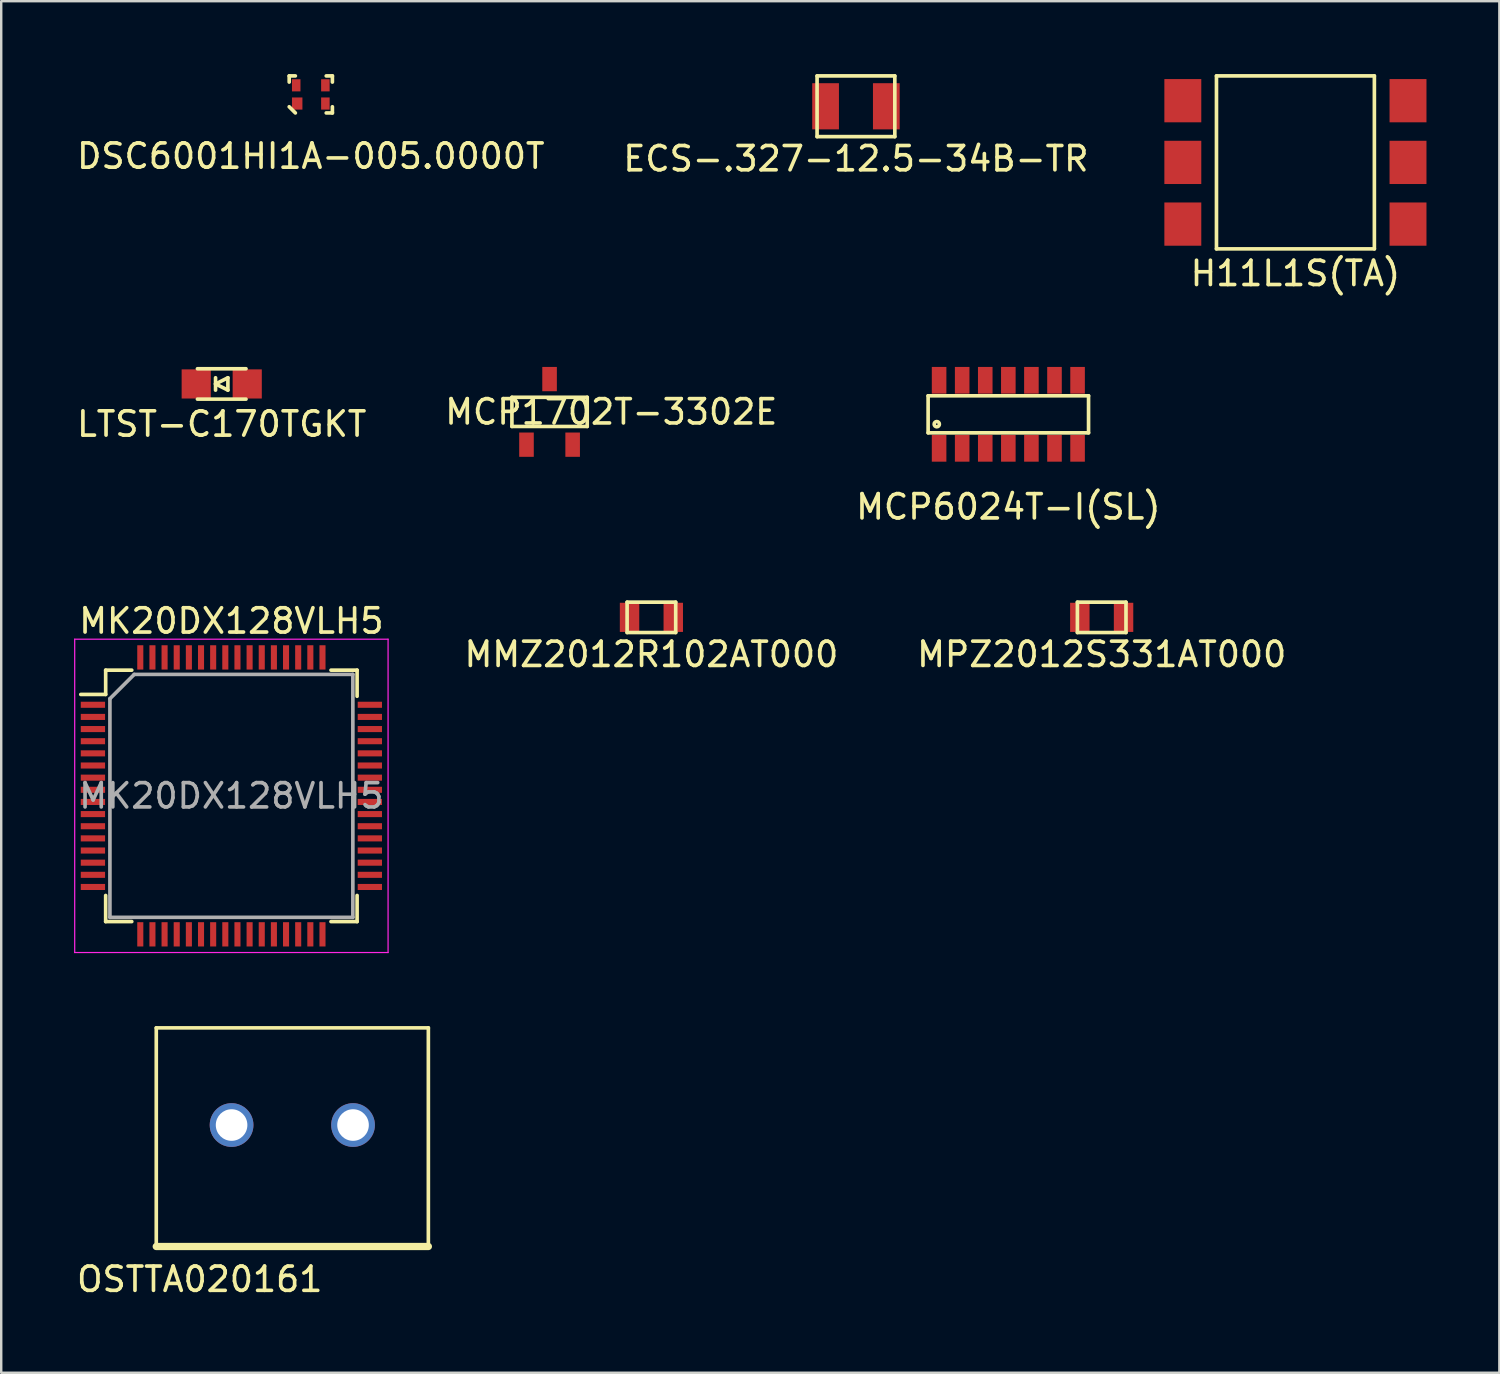
<source format=kicad_pcb>
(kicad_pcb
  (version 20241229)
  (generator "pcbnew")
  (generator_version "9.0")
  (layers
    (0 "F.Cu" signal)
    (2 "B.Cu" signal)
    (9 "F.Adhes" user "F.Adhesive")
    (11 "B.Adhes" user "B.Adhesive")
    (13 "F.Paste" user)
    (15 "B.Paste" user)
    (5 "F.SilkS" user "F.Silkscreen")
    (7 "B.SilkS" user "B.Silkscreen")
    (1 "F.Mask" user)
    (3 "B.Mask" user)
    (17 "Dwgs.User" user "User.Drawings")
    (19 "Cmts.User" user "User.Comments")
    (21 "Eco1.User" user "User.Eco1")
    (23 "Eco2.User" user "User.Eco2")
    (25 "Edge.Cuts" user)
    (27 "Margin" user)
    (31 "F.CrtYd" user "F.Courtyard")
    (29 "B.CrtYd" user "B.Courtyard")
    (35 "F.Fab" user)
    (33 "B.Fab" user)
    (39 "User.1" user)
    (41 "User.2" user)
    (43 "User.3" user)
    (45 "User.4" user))
  (footprint "MCP1702T-3302E"
    (placed yes)
    (layer "F.Cu")
    (at 19.573 13.905)
    (property "Reference" "MCP1702T-3302E" (at 2.54 0 0) (layer "F.SilkS") (effects (font (size 1 1) (thickness 0.15))))
    (attr through_hole)
    (fp_line (start -1.55 -0.6) (end 1.55 -0.6) (stroke (width 0.15) (type solid)) (layer "F.SilkS"))
    (fp_line (start -1.55 0.6) (end -1.55 -0.6) (stroke (width 0.15) (type solid)) (layer "F.SilkS"))
    (fp_line (start 1.55 -0.6) (end 1.55 0.6) (stroke (width 0.15) (type solid)) (layer "F.SilkS"))
    (fp_line (start 1.55 0.6) (end -1.55 0.6) (stroke (width 0.15) (type solid)) (layer "F.SilkS"))
    (pad "1" smd rect (at -0.95 1.35) (size 0.6 1) (layers "F.Cu" "F.Mask" "F.Paste"))
    (pad "2" smd rect (at 0.95 1.35) (size 0.6 1) (layers "F.Cu" "F.Mask" "F.Paste"))
    (pad "3" smd rect (at 0 -1.35) (size 0.6 1) (layers "F.Cu" "F.Mask" "F.Paste")))
  (footprint "MPZ2012S331AT000"
    (layer "F.Cu")
    (at 42.301 22.363)
    (property "Reference" "MPZ2012S331AT000" (at 0 1.524 0) (layer "F.SilkS") (effects (font (size 1 1) (thickness 0.15))))
    (attr through_hole)
    (fp_line (start -1 -0.625) (end 1 -0.625) (stroke (width 0.15) (type solid)) (layer "F.SilkS"))
    (fp_line (start -1 0.625) (end -1 -0.625) (stroke (width 0.15) (type solid)) (layer "F.SilkS"))
    (fp_line (start 1 -0.625) (end 1 0.625) (stroke (width 0.15) (type solid)) (layer "F.SilkS"))
    (fp_line (start 1 0.625) (end -1 0.625) (stroke (width 0.15) (type solid)) (layer "F.SilkS"))
    (pad "1" smd rect (at -0.9 0) (size 0.8 1.2) (layers "F.Cu" "F.Mask" "F.Paste"))
    (pad "2" smd rect (at 0.9 0) (size 0.8 1.2) (layers "F.Cu" "F.Mask" "F.Paste")))
  (footprint "MCP6024T-I(SL)"
    (layer "F.Cu")
    (at 38.458 14.005)
    (property "Reference" "MCP6024T-I(SL)" (at 0 3.81 0) (layer "F.SilkS") (effects (font (size 1 1) (thickness 0.15))))
    (attr through_hole)
    (fp_line (start -3.302 -0.762) (end 3.302 -0.762) (stroke (width 0.15) (type solid)) (layer "F.SilkS"))
    (fp_line (start -3.302 0.762) (end -3.302 -0.762) (stroke (width 0.15) (type solid)) (layer "F.SilkS"))
    (fp_line (start 3.302 -0.762) (end 3.302 0.762) (stroke (width 0.15) (type solid)) (layer "F.SilkS"))
    (fp_line (start 3.302 0.762) (end -3.302 0.762) (stroke (width 0.15) (type solid)) (layer "F.SilkS"))
    (fp_circle (center -2.946 0.406) (end -2.87 0.483) (stroke (width 0.15) (type solid)) (fill no) (layer "F.SilkS"))
    (pad "1" smd rect (at -2.85 1.4) (size 0.6 1.1) (layers "F.Cu" "F.Mask" "F.Paste"))
    (pad "2" smd rect (at -1.9 1.4) (size 0.6 1.1) (layers "F.Cu" "F.Mask" "F.Paste"))
    (pad "3" smd rect (at -0.95 1.4) (size 0.6 1.1) (layers "F.Cu" "F.Mask" "F.Paste"))
    (pad "4" smd rect (at 0 1.4) (size 0.6 1.1) (layers "F.Cu" "F.Mask" "F.Paste"))
    (pad "5" smd rect (at 0.95 1.4) (size 0.6 1.1) (layers "F.Cu" "F.Mask" "F.Paste"))
    (pad "6" smd rect (at 1.9 1.4) (size 0.6 1.1) (layers "F.Cu" "F.Mask" "F.Paste"))
    (pad "7" smd rect (at 2.85 1.4) (size 0.6 1.1) (layers "F.Cu" "F.Mask" "F.Paste"))
    (pad "8" smd rect (at 2.85 -1.4) (size 0.6 1.1) (layers "F.Cu" "F.Mask" "F.Paste"))
    (pad "9" smd rect (at 1.9 -1.4) (size 0.6 1.1) (layers "F.Cu" "F.Mask" "F.Paste"))
    (pad "10" smd rect (at 0.95 -1.4) (size 0.6 1.1) (layers "F.Cu" "F.Mask" "F.Paste"))
    (pad "11" smd rect (at 0 -1.4) (size 0.6 1.1) (layers "F.Cu" "F.Mask" "F.Paste"))
    (pad "12" smd rect (at -0.95 -1.4) (size 0.6 1.1) (layers "F.Cu" "F.Mask" "F.Paste"))
    (pad "13" smd rect (at -1.9 -1.4) (size 0.6 1.1) (layers "F.Cu" "F.Mask" "F.Paste"))
    (pad "14" smd rect (at -2.85 -1.4) (size 0.6 1.1) (layers "F.Cu" "F.Mask" "F.Paste")))
  (footprint "ECS-.327-12.5-34B-TR"
    (layer "F.Cu")
    (at 32.185 1.325)
    (property "Reference" "ECS-.327-12.5-34B-TR" (at 0 2.159 0) (layer "F.SilkS") (effects (font (size 1 1) (thickness 0.15))))
    (attr through_hole)
    (fp_line (start -1.6 -1.25) (end 1.6 -1.25) (stroke (width 0.15) (type solid)) (layer "F.SilkS"))
    (fp_line (start -1.6 1.25) (end -1.6 -1.25) (stroke (width 0.15) (type solid)) (layer "F.SilkS"))
    (fp_line (start 1.6 -1.25) (end 1.6 1.25) (stroke (width 0.15) (type solid)) (layer "F.SilkS"))
    (fp_line (start 1.6 1.25) (end -1.6 1.25) (stroke (width 0.15) (type solid)) (layer "F.SilkS"))
    (pad "1" smd rect (at -1.25 0) (size 1.1 1.9) (layers "F.Cu" "F.Mask" "F.Paste"))
    (pad "2" smd rect (at 1.25 0) (size 1.1 1.9) (layers "F.Cu" "F.Mask" "F.Paste")))
  (footprint "MMZ2012R102AT000"
    (layer "F.Cu")
    (at 23.765 22.363)
    (property "Reference" "MMZ2012R102AT000" (at 0 1.524 0) (layer "F.SilkS") (effects (font (size 1 1) (thickness 0.15))))
    (attr through_hole)
    (fp_line (start -1 -0.625) (end 1 -0.625) (stroke (width 0.15) (type solid)) (layer "F.SilkS"))
    (fp_line (start -1 0.625) (end -1 -0.625) (stroke (width 0.15) (type solid)) (layer "F.SilkS"))
    (fp_line (start 1 -0.625) (end 1 0.625) (stroke (width 0.15) (type solid)) (layer "F.SilkS"))
    (fp_line (start 1 0.625) (end -1 0.625) (stroke (width 0.15) (type solid)) (layer "F.SilkS"))
    (pad "1" smd rect (at -0.9 0) (size 0.8 1.2) (layers "F.Cu" "F.Mask" "F.Paste"))
    (pad "2" smd rect (at 0.9 0) (size 0.8 1.2) (layers "F.Cu" "F.Mask" "F.Paste")))
  (footprint "DSC6001HI1A-005.0000T"
    (layer "F.Cu")
    (at 9.744 0.837)
    (property "Reference" "DSC6001HI1A-005.0000T" (at 0 2.54 0) (layer "F.SilkS") (effects (font (size 1 1) (thickness 0.15))))
    (attr through_hole)
    (fp_line (start -0.889 -0.762) (end -0.635 -0.762) (stroke (width 0.15) (type solid)) (layer "F.SilkS"))
    (fp_line (start -0.889 -0.508) (end -0.889 -0.762) (stroke (width 0.15) (type solid)) (layer "F.SilkS"))
    (fp_line (start -0.635 0.762) (end -0.889 0.508) (stroke (width 0.15) (type solid)) (layer "F.SilkS"))
    (fp_line (start 0.635 0.762) (end 0.889 0.762) (stroke (width 0.15) (type solid)) (layer "F.SilkS"))
    (fp_line (start 0.889 -0.762) (end 0.635 -0.762) (stroke (width 0.15) (type solid)) (layer "F.SilkS"))
    (fp_line (start 0.889 -0.508) (end 0.889 -0.762) (stroke (width 0.15) (type solid)) (layer "F.SilkS"))
    (fp_line (start 0.889 0.762) (end 0.889 0.508) (stroke (width 0.15) (type solid)) (layer "F.SilkS"))
    (pad "1" smd rect (at -0.56 0.375) (size 0.43 0.5) (layers "F.Cu" "F.Mask" "F.Paste"))
    (pad "2" smd rect (at 0.6 0.375) (size 0.35 0.5) (layers "F.Cu" "F.Mask" "F.Paste"))
    (pad "3" smd rect (at 0.6 -0.375) (size 0.35 0.5) (layers "F.Cu" "F.Mask" "F.Paste"))
    (pad "4" smd rect (at -0.6 -0.375) (size 0.35 0.5) (layers "F.Cu" "F.Mask" "F.Paste")))
  (footprint "OSTTA020161"
    (layer "F.Cu")
    (at 8.983 43.262)
    (property "Reference" "OSTTA020161" (at -3.81 6.35 0) (layer "F.SilkS") (effects (font (size 1 1) (thickness 0.15))))
    (attr through_hole)
    (fp_line (start -5.6 -4) (end -5.6 5) (stroke (width 0.15) (type solid)) (layer "F.SilkS"))
    (fp_line (start -5.6 5) (end 5.6 5) (stroke (width 0.3) (type solid)) (layer "F.SilkS"))
    (fp_line (start 5.6 -4) (end -5.6 -4) (stroke (width 0.15) (type solid)) (layer "F.SilkS"))
    (fp_line (start 5.6 -4) (end 5.6 5) (stroke (width 0.15) (type solid)) (layer "F.SilkS"))
    (pad "1" thru_hole circle (at -2.5 0) (size 1.8 1.8) (drill 1.3) (layers "*.Cu" "*.Mask"))
    (pad "2" thru_hole circle (at 2.5 0) (size 1.8 1.8) (drill 1.3) (layers "*.Cu" "*.Mask")))
  (footprint "H11L1S(TA)"
    (layer "F.Cu")
    (at 50.276 3.635)
    (property "Reference" "H11L1S(TA)" (at 0 4.572 0) (layer "F.SilkS") (effects (font (size 1 1) (thickness 0.15))))
    (attr through_hole)
    (fp_line (start -3.25 -3.56) (end -3.25 3.56) (stroke (width 0.15) (type solid)) (layer "F.SilkS"))
    (fp_line (start -3.25 3.56) (end 3.25 3.56) (stroke (width 0.15) (type solid)) (layer "F.SilkS"))
    (fp_line (start 3.25 -3.56) (end -3.25 -3.56) (stroke (width 0.15) (type solid)) (layer "F.SilkS"))
    (fp_line (start 3.25 3.56) (end 3.25 -3.56) (stroke (width 0.15) (type solid)) (layer "F.SilkS"))
    (pad "1" smd rect (at -4.635 -2.54) (size 1.52 1.78) (layers "F.Cu" "F.Mask" "F.Paste"))
    (pad "2" smd rect (at -4.635 0) (size 1.52 1.78) (layers "F.Cu" "F.Mask" "F.Paste"))
    (pad "3" smd rect (at -4.635 2.54) (size 1.52 1.78) (layers "F.Cu" "F.Mask" "F.Paste"))
    (pad "4" smd rect (at 4.635 2.54) (size 1.52 1.78) (layers "F.Cu" "F.Mask" "F.Paste"))
    (pad "5" smd rect (at 4.635 0) (size 1.52 1.78) (layers "F.Cu" "F.Mask" "F.Paste"))
    (pad "6" smd rect (at 4.635 -2.54) (size 1.52 1.78) (layers "F.Cu" "F.Mask" "F.Paste")))
  (footprint "MK20DX128VLH5"
    (layer "F.Cu")
    (at 6.475 29.712)
    (property "Reference" "MK20DX128VLH5" (at 0 -7.2 0) (layer "F.SilkS") (effects (font (size 1 1) (thickness 0.15))))
    (attr smd)
    (fp_line (start -5.175 -5.175) (end -5.175 -4.175) (stroke (width 0.15) (type solid)) (layer "F.SilkS"))
    (fp_line (start -5.175 -5.175) (end -4.1 -5.175) (stroke (width 0.15) (type solid)) (layer "F.SilkS"))
    (fp_line (start -5.175 -4.175) (end -6.2 -4.175) (stroke (width 0.15) (type solid)) (layer "F.SilkS"))
    (fp_line (start -5.175 5.175) (end -5.175 4.1) (stroke (width 0.15) (type solid)) (layer "F.SilkS"))
    (fp_line (start -5.175 5.175) (end -4.1 5.175) (stroke (width 0.15) (type solid)) (layer "F.SilkS"))
    (fp_line (start 5.175 -5.175) (end 4.1 -5.175) (stroke (width 0.15) (type solid)) (layer "F.SilkS"))
    (fp_line (start 5.175 -5.175) (end 5.175 -4.1) (stroke (width 0.15) (type solid)) (layer "F.SilkS"))
    (fp_line (start 5.175 5.175) (end 4.1 5.175) (stroke (width 0.15) (type solid)) (layer "F.SilkS"))
    (fp_line (start 5.175 5.175) (end 5.175 4.1) (stroke (width 0.15) (type solid)) (layer "F.SilkS"))
    (fp_line (start -6.45 -6.45) (end -6.45 6.45) (stroke (width 0.05) (type solid)) (layer "F.CrtYd"))
    (fp_line (start -6.45 -6.45) (end 6.45 -6.45) (stroke (width 0.05) (type solid)) (layer "F.CrtYd"))
    (fp_line (start -6.45 6.45) (end 6.45 6.45) (stroke (width 0.05) (type solid)) (layer "F.CrtYd"))
    (fp_line (start 6.45 -6.45) (end 6.45 6.45) (stroke (width 0.05) (type solid)) (layer "F.CrtYd"))
    (fp_line (start -5 -4) (end -4 -5) (stroke (width 0.15) (type solid)) (layer "F.Fab"))
    (fp_line (start -5 5) (end -5 -4) (stroke (width 0.15) (type solid)) (layer "F.Fab"))
    (fp_line (start -4 -5) (end 5 -5) (stroke (width 0.15) (type solid)) (layer "F.Fab"))
    (fp_line (start 5 -5) (end 5 5) (stroke (width 0.15) (type solid)) (layer "F.Fab"))
    (fp_line (start 5 5) (end -5 5) (stroke (width 0.15) (type solid)) (layer "F.Fab"))
    (fp_text user "${REFERENCE}" (at 0 0 0) (layer "F.Fab") (effects (font (size 1 1) (thickness 0.15))))
    (pad "1" smd rect (at -5.7 -3.75) (size 1 0.25) (layers "F.Cu" "F.Mask" "F.Paste"))
    (pad "2" smd rect (at -5.7 -3.25) (size 1 0.25) (layers "F.Cu" "F.Mask" "F.Paste"))
    (pad "3" smd rect (at -5.7 -2.75) (size 1 0.25) (layers "F.Cu" "F.Mask" "F.Paste"))
    (pad "4" smd rect (at -5.7 -2.25) (size 1 0.25) (layers "F.Cu" "F.Mask" "F.Paste"))
    (pad "5" smd rect (at -5.7 -1.75) (size 1 0.25) (layers "F.Cu" "F.Mask" "F.Paste"))
    (pad "6" smd rect (at -5.7 -1.25) (size 1 0.25) (layers "F.Cu" "F.Mask" "F.Paste"))
    (pad "7" smd rect (at -5.7 -0.75) (size 1 0.25) (layers "F.Cu" "F.Mask" "F.Paste"))
    (pad "8" smd rect (at -5.7 -0.25) (size 1 0.25) (layers "F.Cu" "F.Mask" "F.Paste"))
    (pad "9" smd rect (at -5.7 0.25) (size 1 0.25) (layers "F.Cu" "F.Mask" "F.Paste"))
    (pad "10" smd rect (at -5.7 0.75) (size 1 0.25) (layers "F.Cu" "F.Mask" "F.Paste"))
    (pad "11" smd rect (at -5.7 1.25) (size 1 0.25) (layers "F.Cu" "F.Mask" "F.Paste"))
    (pad "12" smd rect (at -5.7 1.75) (size 1 0.25) (layers "F.Cu" "F.Mask" "F.Paste"))
    (pad "13" smd rect (at -5.7 2.25) (size 1 0.25) (layers "F.Cu" "F.Mask" "F.Paste"))
    (pad "14" smd rect (at -5.7 2.75) (size 1 0.25) (layers "F.Cu" "F.Mask" "F.Paste"))
    (pad "15" smd rect (at -5.7 3.25) (size 1 0.25) (layers "F.Cu" "F.Mask" "F.Paste"))
    (pad "16" smd rect (at -5.7 3.75) (size 1 0.25) (layers "F.Cu" "F.Mask" "F.Paste"))
    (pad "17" smd rect (at -3.75 5.7 90) (size 1 0.25) (layers "F.Cu" "F.Mask" "F.Paste"))
    (pad "18" smd rect (at -3.25 5.7 90) (size 1 0.25) (layers "F.Cu" "F.Mask" "F.Paste"))
    (pad "19" smd rect (at -2.75 5.7 90) (size 1 0.25) (layers "F.Cu" "F.Mask" "F.Paste"))
    (pad "20" smd rect (at -2.25 5.7 90) (size 1 0.25) (layers "F.Cu" "F.Mask" "F.Paste"))
    (pad "21" smd rect (at -1.75 5.7 90) (size 1 0.25) (layers "F.Cu" "F.Mask" "F.Paste"))
    (pad "22" smd rect (at -1.25 5.7 90) (size 1 0.25) (layers "F.Cu" "F.Mask" "F.Paste"))
    (pad "23" smd rect (at -0.75 5.7 90) (size 1 0.25) (layers "F.Cu" "F.Mask" "F.Paste"))
    (pad "24" smd rect (at -0.25 5.7 90) (size 1 0.25) (layers "F.Cu" "F.Mask" "F.Paste"))
    (pad "25" smd rect (at 0.25 5.7 90) (size 1 0.25) (layers "F.Cu" "F.Mask" "F.Paste"))
    (pad "26" smd rect (at 0.75 5.7 90) (size 1 0.25) (layers "F.Cu" "F.Mask" "F.Paste"))
    (pad "27" smd rect (at 1.25 5.7 90) (size 1 0.25) (layers "F.Cu" "F.Mask" "F.Paste"))
    (pad "28" smd rect (at 1.75 5.7 90) (size 1 0.25) (layers "F.Cu" "F.Mask" "F.Paste"))
    (pad "29" smd rect (at 2.25 5.7 90) (size 1 0.25) (layers "F.Cu" "F.Mask" "F.Paste"))
    (pad "30" smd rect (at 2.75 5.7 90) (size 1 0.25) (layers "F.Cu" "F.Mask" "F.Paste"))
    (pad "31" smd rect (at 3.25 5.7 90) (size 1 0.25) (layers "F.Cu" "F.Mask" "F.Paste"))
    (pad "32" smd rect (at 3.75 5.7 90) (size 1 0.25) (layers "F.Cu" "F.Mask" "F.Paste"))
    (pad "33" smd rect (at 5.7 3.75) (size 1 0.25) (layers "F.Cu" "F.Mask" "F.Paste"))
    (pad "34" smd rect (at 5.7 3.25) (size 1 0.25) (layers "F.Cu" "F.Mask" "F.Paste"))
    (pad "35" smd rect (at 5.7 2.75) (size 1 0.25) (layers "F.Cu" "F.Mask" "F.Paste"))
    (pad "36" smd rect (at 5.7 2.25) (size 1 0.25) (layers "F.Cu" "F.Mask" "F.Paste"))
    (pad "37" smd rect (at 5.7 1.75) (size 1 0.25) (layers "F.Cu" "F.Mask" "F.Paste"))
    (pad "38" smd rect (at 5.7 1.25) (size 1 0.25) (layers "F.Cu" "F.Mask" "F.Paste"))
    (pad "39" smd rect (at 5.7 0.75) (size 1 0.25) (layers "F.Cu" "F.Mask" "F.Paste"))
    (pad "40" smd rect (at 5.7 0.25) (size 1 0.25) (layers "F.Cu" "F.Mask" "F.Paste"))
    (pad "41" smd rect (at 5.7 -0.25) (size 1 0.25) (layers "F.Cu" "F.Mask" "F.Paste"))
    (pad "42" smd rect (at 5.7 -0.75) (size 1 0.25) (layers "F.Cu" "F.Mask" "F.Paste"))
    (pad "43" smd rect (at 5.7 -1.25) (size 1 0.25) (layers "F.Cu" "F.Mask" "F.Paste"))
    (pad "44" smd rect (at 5.7 -1.75) (size 1 0.25) (layers "F.Cu" "F.Mask" "F.Paste"))
    (pad "45" smd rect (at 5.7 -2.25) (size 1 0.25) (layers "F.Cu" "F.Mask" "F.Paste"))
    (pad "46" smd rect (at 5.7 -2.75) (size 1 0.25) (layers "F.Cu" "F.Mask" "F.Paste"))
    (pad "47" smd rect (at 5.7 -3.25) (size 1 0.25) (layers "F.Cu" "F.Mask" "F.Paste"))
    (pad "48" smd rect (at 5.7 -3.75) (size 1 0.25) (layers "F.Cu" "F.Mask" "F.Paste"))
    (pad "49" smd rect (at 3.75 -5.7 90) (size 1 0.25) (layers "F.Cu" "F.Mask" "F.Paste"))
    (pad "50" smd rect (at 3.25 -5.7 90) (size 1 0.25) (layers "F.Cu" "F.Mask" "F.Paste"))
    (pad "51" smd rect (at 2.75 -5.7 90) (size 1 0.25) (layers "F.Cu" "F.Mask" "F.Paste"))
    (pad "52" smd rect (at 2.25 -5.7 90) (size 1 0.25) (layers "F.Cu" "F.Mask" "F.Paste"))
    (pad "53" smd rect (at 1.75 -5.7 90) (size 1 0.25) (layers "F.Cu" "F.Mask" "F.Paste"))
    (pad "54" smd rect (at 1.25 -5.7 90) (size 1 0.25) (layers "F.Cu" "F.Mask" "F.Paste"))
    (pad "55" smd rect (at 0.75 -5.7 90) (size 1 0.25) (layers "F.Cu" "F.Mask" "F.Paste"))
    (pad "56" smd rect (at 0.25 -5.7 90) (size 1 0.25) (layers "F.Cu" "F.Mask" "F.Paste"))
    (pad "57" smd rect (at -0.25 -5.7 90) (size 1 0.25) (layers "F.Cu" "F.Mask" "F.Paste"))
    (pad "58" smd rect (at -0.75 -5.7 90) (size 1 0.25) (layers "F.Cu" "F.Mask" "F.Paste"))
    (pad "59" smd rect (at -1.25 -5.7 90) (size 1 0.25) (layers "F.Cu" "F.Mask" "F.Paste"))
    (pad "60" smd rect (at -1.75 -5.7 90) (size 1 0.25) (layers "F.Cu" "F.Mask" "F.Paste"))
    (pad "61" smd rect (at -2.25 -5.7 90) (size 1 0.25) (layers "F.Cu" "F.Mask" "F.Paste"))
    (pad "62" smd rect (at -2.75 -5.7 90) (size 1 0.25) (layers "F.Cu" "F.Mask" "F.Paste"))
    (pad "63" smd rect (at -3.25 -5.7 90) (size 1 0.25) (layers "F.Cu" "F.Mask" "F.Paste"))
    (pad "64" smd rect (at -3.75 -5.7 90) (size 1 0.25) (layers "F.Cu" "F.Mask" "F.Paste")))
  (footprint "LTST-C170TGKT"
    (layer "F.Cu")
    (at 6.077 12.755)
    (property "Reference" "LTST-C170TGKT" (at 0 1.651 0) (layer "F.SilkS") (effects (font (size 1 1) (thickness 0.15))))
    (attr through_hole)
    (fp_line (start -1 0.625) (end 1 0.625) (stroke (width 0.15) (type solid)) (layer "F.SilkS"))
    (fp_line (start -0.254 -0.254) (end -0.254 0.254) (stroke (width 0.15) (type solid)) (layer "F.SilkS"))
    (fp_line (start -0.254 0) (end 0.254 -0.254) (stroke (width 0.15) (type solid)) (layer "F.SilkS"))
    (fp_line (start -0.254 0) (end 0.254 0.254) (stroke (width 0.15) (type solid)) (layer "F.SilkS"))
    (fp_line (start 0.254 -0.254) (end 0.254 0.254) (stroke (width 0.15) (type solid)) (layer "F.SilkS"))
    (fp_line (start 1 -0.625) (end -1 -0.625) (stroke (width 0.15) (type solid)) (layer "F.SilkS"))
    (pad "1" smd rect (at -1.05 0) (size 1.2 1.2) (layers "F.Cu" "F.Mask" "F.Paste"))
    (pad "2" smd rect (at 1.05 0) (size 1.2 1.2) (layers "F.Cu" "F.Mask" "F.Paste")))
  (gr_rect
    (start -3 -3)
    (end 58.671 53.46)
    (stroke (width 0.1) (type default))
    (fill no)
    (layer "Edge.Cuts")))
</source>
